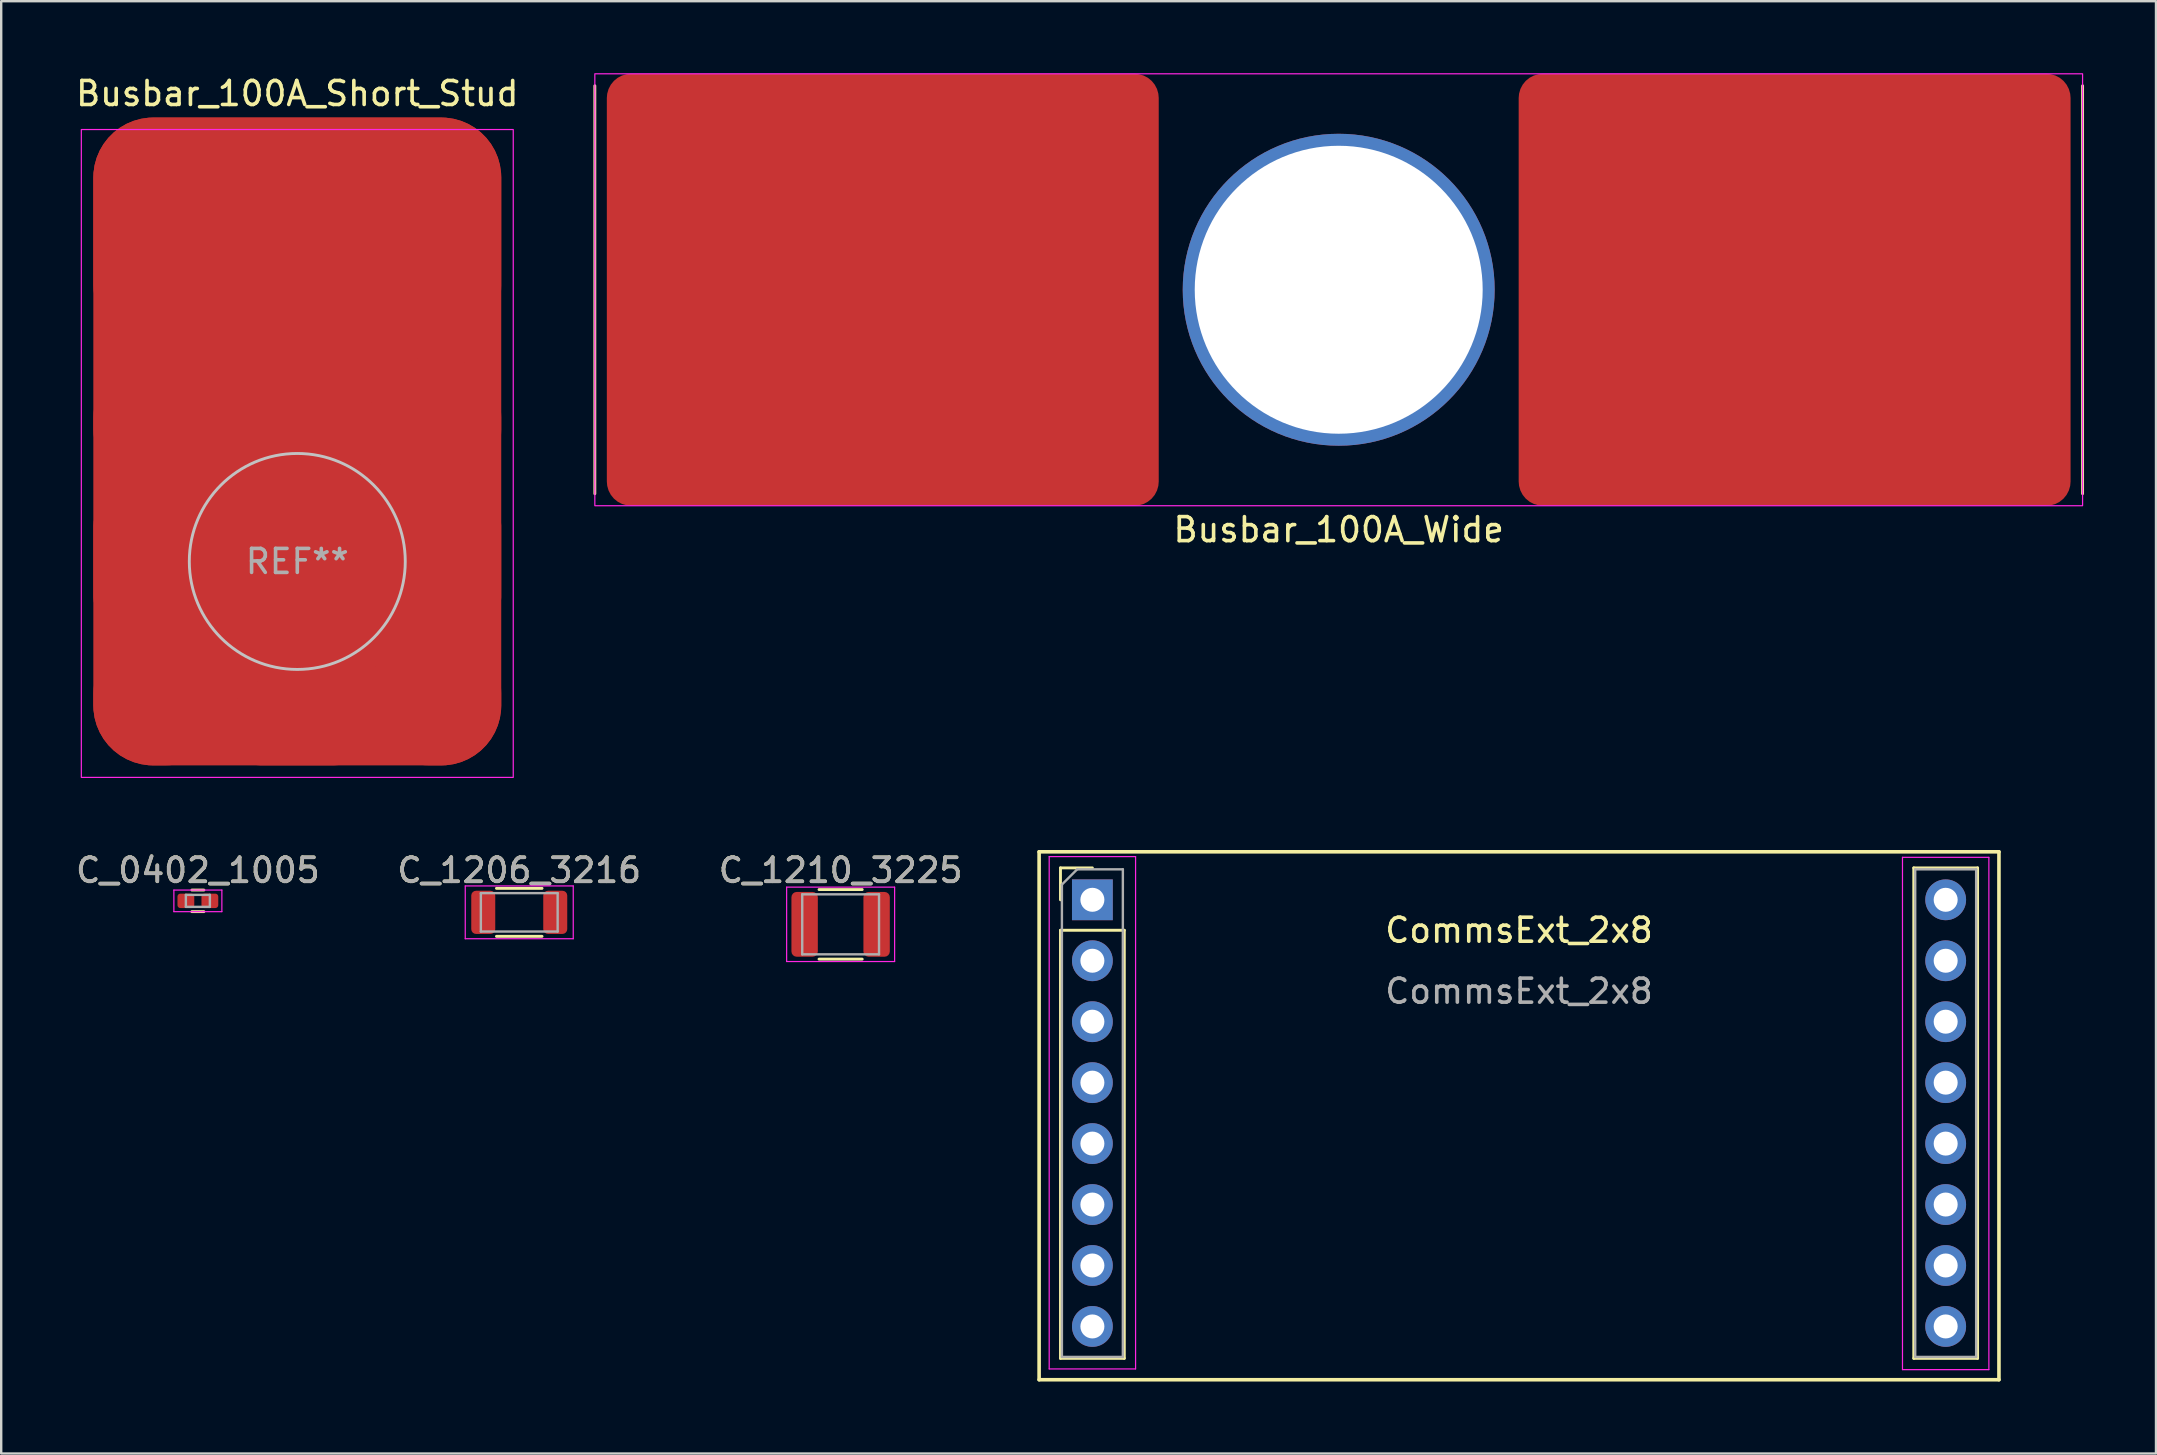
<source format=kicad_pcb>
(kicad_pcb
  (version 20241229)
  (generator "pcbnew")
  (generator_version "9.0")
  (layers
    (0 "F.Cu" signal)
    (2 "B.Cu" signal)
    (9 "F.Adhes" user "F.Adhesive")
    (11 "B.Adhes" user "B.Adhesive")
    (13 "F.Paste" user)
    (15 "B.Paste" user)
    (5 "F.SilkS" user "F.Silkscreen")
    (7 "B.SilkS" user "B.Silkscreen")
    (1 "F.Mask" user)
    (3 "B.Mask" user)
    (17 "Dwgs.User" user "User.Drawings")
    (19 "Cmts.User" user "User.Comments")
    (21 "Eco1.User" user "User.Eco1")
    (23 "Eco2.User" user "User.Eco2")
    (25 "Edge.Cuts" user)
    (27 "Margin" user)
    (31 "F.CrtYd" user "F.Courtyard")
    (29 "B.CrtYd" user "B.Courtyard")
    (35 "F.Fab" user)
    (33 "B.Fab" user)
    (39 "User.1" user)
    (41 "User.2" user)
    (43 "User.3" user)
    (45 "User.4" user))
  (footprint "Busbar_100A_Wide"
    (layer "F.Cu")
    (at 52.739 9.025)
    (property "Reference" "Busbar_100A_Wide" (at 0 10 0) (unlocked yes) (layer "F.SilkS") (effects (font (size 1 1) (thickness 0.15))))
    (fp_line (start -31 -8.5) (end -31 8.5) (stroke (width 0.12) (type solid)) (layer "F.SilkS"))
    (fp_line (start 31 -8.5) (end 31 8.5) (stroke (width 0.12) (type solid)) (layer "F.SilkS"))
    (fp_rect (start -31 -9) (end 31 9) (stroke (width 0.05) (type solid)) (fill no) (layer "F.CrtYd"))
    (fp_text user "REF**" (at 0 0 0) (unlocked yes) (layer "F.Fab") (effects (font (size 1 1) (thickness 0.15))))
    (pad "" np_thru_hole circle (at 0 0) (size 13 13) (drill 12) (layers "*.Cu" "*.Mask"))
    (pad "1" smd roundrect (at -19 0) (size 23 18) (layers "F.Cu" "F.Mask" "F.Paste") (roundrect_rratio 0.056))
    (pad "1" smd roundrect (at 19 0) (size 23 18) (layers "F.Cu" "F.Mask" "F.Paste") (roundrect_rratio 0.056)))
  (footprint "C_0402_1005"
    (layer "F.Cu")
    (at 5.196 34.492)
    (property "Reference" "C_0402_1005" (at 0 -1.27 0) (layer "F.SilkS") (effects (font (size 1 1) (thickness 0.15))))
    (attr smd)
    (fp_line (start -0.25 0.45) (end 0.25 0.45) (stroke (width 0.12) (type solid)) (layer "F.SilkS"))
    (fp_line (start 0.25 -0.45) (end -0.25 -0.45) (stroke (width 0.12) (type solid)) (layer "F.SilkS"))
    (fp_line (start -1 -0.45) (end -1 0.45) (stroke (width 0.05) (type solid)) (layer "F.CrtYd"))
    (fp_line (start -1 -0.45) (end 1 -0.45) (stroke (width 0.05) (type solid)) (layer "F.CrtYd"))
    (fp_line (start 1 0.45) (end -1 0.45) (stroke (width 0.05) (type solid)) (layer "F.CrtYd"))
    (fp_line (start 1 0.45) (end 1 -0.45) (stroke (width 0.05) (type solid)) (layer "F.CrtYd"))
    (fp_line (start -0.5 -0.25) (end 0.5 -0.25) (stroke (width 0.1) (type solid)) (layer "F.Fab"))
    (fp_line (start -0.5 0.25) (end -0.5 -0.25) (stroke (width 0.1) (type solid)) (layer "F.Fab"))
    (fp_line (start 0.5 -0.25) (end 0.5 0.25) (stroke (width 0.1) (type solid)) (layer "F.Fab"))
    (fp_line (start 0.5 0.25) (end -0.5 0.25) (stroke (width 0.1) (type solid)) (layer "F.Fab"))
    (fp_text user "${REFERENCE}" (at 0 -1.27 0) (layer "F.Fab") (effects (font (size 1 1) (thickness 0.15))))
    (pad "1" smd roundrect (at -0.5 0) (size 0.7 0.6) (layers "F.Cu" "F.Mask" "F.Paste") (roundrect_rratio 0.2))
    (pad "2" smd roundrect (at 0.5 0) (size 0.7 0.6) (layers "F.Cu" "F.Mask" "F.Paste") (roundrect_rratio 0.2)))
  (footprint "CommsExt_2x8"
    (layer "F.Cu")
    (at 60.254 34.448)
    (property "Reference" "CommsExt_2x8" (at 0 1.27 0) (layer "F.SilkS") (effects (font (size 1 1) (thickness 0.15))))
    (attr through_hole)
    (fp_line (start -20 -2) (end -20 20) (stroke (width 0.15) (type solid)) (layer "F.SilkS"))
    (fp_line (start -20 20) (end 20 20) (stroke (width 0.15) (type solid)) (layer "F.SilkS"))
    (fp_line (start -19.11 -1.33) (end -17.78 -1.33) (stroke (width 0.12) (type solid)) (layer "F.SilkS"))
    (fp_line (start -19.11 0) (end -19.11 -1.33) (stroke (width 0.12) (type solid)) (layer "F.SilkS"))
    (fp_line (start -19.11 1.27) (end -19.11 19.11) (stroke (width 0.12) (type solid)) (layer "F.SilkS"))
    (fp_line (start -19.11 1.27) (end -16.45 1.27) (stroke (width 0.12) (type solid)) (layer "F.SilkS"))
    (fp_line (start -19.11 19.11) (end -16.45 19.11) (stroke (width 0.12) (type solid)) (layer "F.SilkS"))
    (fp_line (start -16.45 1.27) (end -16.45 19.11) (stroke (width 0.12) (type solid)) (layer "F.SilkS"))
    (fp_line (start 16.45 19.11) (end 16.45 -1.33) (stroke (width 0.12) (type solid)) (layer "F.SilkS"))
    (fp_line (start 19.11 -1.33) (end 16.45 -1.33) (stroke (width 0.12) (type solid)) (layer "F.SilkS"))
    (fp_line (start 19.11 19.11) (end 16.45 19.11) (stroke (width 0.12) (type solid)) (layer "F.SilkS"))
    (fp_line (start 19.11 19.11) (end 19.11 -1.33) (stroke (width 0.12) (type solid)) (layer "F.SilkS"))
    (fp_line (start 20 -2) (end -20 -2) (stroke (width 0.15) (type solid)) (layer "F.SilkS"))
    (fp_line (start 20 20) (end 20 -2) (stroke (width 0.15) (type solid)) (layer "F.SilkS"))
    (fp_line (start -19.58 -1.8) (end -19.58 19.55) (stroke (width 0.05) (type solid)) (layer "F.CrtYd"))
    (fp_line (start -19.58 19.55) (end -15.98 19.55) (stroke (width 0.05) (type solid)) (layer "F.CrtYd"))
    (fp_line (start -15.98 -1.8) (end -19.58 -1.8) (stroke (width 0.05) (type solid)) (layer "F.CrtYd"))
    (fp_line (start -15.98 19.55) (end -15.98 -1.8) (stroke (width 0.05) (type solid)) (layer "F.CrtYd"))
    (fp_line (start 15.98 -1.77) (end 15.98 19.58) (stroke (width 0.05) (type solid)) (layer "F.CrtYd"))
    (fp_line (start 15.98 19.58) (end 19.58 19.58) (stroke (width 0.05) (type solid)) (layer "F.CrtYd"))
    (fp_line (start 19.58 -1.77) (end 15.98 -1.77) (stroke (width 0.05) (type solid)) (layer "F.CrtYd"))
    (fp_line (start 19.58 19.58) (end 19.58 -1.77) (stroke (width 0.05) (type solid)) (layer "F.CrtYd"))
    (fp_line (start -19.05 -0.635) (end -18.415 -1.27) (stroke (width 0.1) (type solid)) (layer "F.Fab"))
    (fp_line (start -19.05 19.05) (end -19.05 -0.635) (stroke (width 0.1) (type solid)) (layer "F.Fab"))
    (fp_line (start -18.415 -1.27) (end -16.51 -1.27) (stroke (width 0.1) (type solid)) (layer "F.Fab"))
    (fp_line (start -16.51 -1.27) (end -16.51 19.05) (stroke (width 0.1) (type solid)) (layer "F.Fab"))
    (fp_line (start -16.51 19.05) (end -19.05 19.05) (stroke (width 0.1) (type solid)) (layer "F.Fab"))
    (fp_line (start 16.51 -1.27) (end 19.05 -1.27) (stroke (width 0.1) (type solid)) (layer "F.Fab"))
    (fp_line (start 16.51 19.05) (end 16.51 -1.27) (stroke (width 0.1) (type solid)) (layer "F.Fab"))
    (fp_line (start 19.05 -1.27) (end 19.05 19.05) (stroke (width 0.1) (type solid)) (layer "F.Fab"))
    (fp_line (start 19.05 19.05) (end 16.51 19.05) (stroke (width 0.1) (type solid)) (layer "F.Fab"))
    (fp_text user "${REFERENCE}" (at 0 3.81 180) (layer "F.Fab") (effects (font (size 1 1) (thickness 0.15))))
    (pad "1" thru_hole rect (at -17.78 0) (size 1.7 1.7) (drill 1) (layers "*.Cu" "*.Mask"))
    (pad "2" thru_hole oval (at -17.78 2.54) (size 1.7 1.7) (drill 1) (layers "*.Cu" "*.Mask"))
    (pad "3" thru_hole oval (at -17.78 5.08) (size 1.7 1.7) (drill 1) (layers "*.Cu" "*.Mask"))
    (pad "4" thru_hole oval (at -17.78 7.62) (size 1.7 1.7) (drill 1) (layers "*.Cu" "*.Mask"))
    (pad "5" thru_hole oval (at -17.78 10.16) (size 1.7 1.7) (drill 1) (layers "*.Cu" "*.Mask"))
    (pad "6" thru_hole oval (at -17.78 12.7) (size 1.7 1.7) (drill 1) (layers "*.Cu" "*.Mask"))
    (pad "7" thru_hole oval (at -17.78 15.24) (size 1.7 1.7) (drill 1) (layers "*.Cu" "*.Mask"))
    (pad "8" thru_hole oval (at -17.78 17.78) (size 1.7 1.7) (drill 1) (layers "*.Cu" "*.Mask"))
    (pad "9" thru_hole circle (at 17.78 17.78 180) (size 1.7 1.7) (drill 1) (layers "*.Cu" "*.Mask"))
    (pad "10" thru_hole oval (at 17.78 15.24 180) (size 1.7 1.7) (drill 1) (layers "*.Cu" "*.Mask"))
    (pad "11" thru_hole oval (at 17.78 12.7 180) (size 1.7 1.7) (drill 1) (layers "*.Cu" "*.Mask"))
    (pad "12" thru_hole oval (at 17.78 10.16 180) (size 1.7 1.7) (drill 1) (layers "*.Cu" "*.Mask"))
    (pad "13" thru_hole oval (at 17.78 7.62 180) (size 1.7 1.7) (drill 1) (layers "*.Cu" "*.Mask"))
    (pad "14" thru_hole oval (at 17.78 5.08 180) (size 1.7 1.7) (drill 1) (layers "*.Cu" "*.Mask"))
    (pad "15" thru_hole oval (at 17.78 2.54 180) (size 1.7 1.7) (drill 1) (layers "*.Cu" "*.Mask"))
    (pad "16" thru_hole oval (at 17.78 0 180) (size 1.7 1.7) (drill 1) (layers "*.Cu" "*.Mask")))
  (footprint "C_1206_3216"
    (layer "F.Cu")
    (at 18.589 34.971)
    (property "Reference" "C_1206_3216" (at 0 -1.75 0) (layer "F.SilkS") (effects (font (size 1 1) (thickness 0.15))))
    (attr smd)
    (fp_line (start -0.95 1) (end 0.95 1) (stroke (width 0.12) (type solid)) (layer "F.SilkS"))
    (fp_line (start 0.95 -1) (end -0.95 -1) (stroke (width 0.12) (type solid)) (layer "F.SilkS"))
    (fp_line (start -2.25 -1.1) (end -2.25 1.1) (stroke (width 0.05) (type solid)) (layer "F.CrtYd"))
    (fp_line (start -2.25 -1.1) (end 2.25 -1.1) (stroke (width 0.05) (type solid)) (layer "F.CrtYd"))
    (fp_line (start 2.25 1.1) (end -2.25 1.1) (stroke (width 0.05) (type solid)) (layer "F.CrtYd"))
    (fp_line (start 2.25 1.1) (end 2.25 -1.1) (stroke (width 0.05) (type solid)) (layer "F.CrtYd"))
    (fp_line (start -1.6 -0.8) (end 1.6 -0.8) (stroke (width 0.1) (type solid)) (layer "F.Fab"))
    (fp_line (start -1.6 0.8) (end -1.6 -0.8) (stroke (width 0.1) (type solid)) (layer "F.Fab"))
    (fp_line (start 1.6 -0.8) (end 1.6 0.8) (stroke (width 0.1) (type solid)) (layer "F.Fab"))
    (fp_line (start 1.6 0.8) (end -1.6 0.8) (stroke (width 0.1) (type solid)) (layer "F.Fab"))
    (fp_text user "${REFERENCE}" (at 0 -1.75 0) (layer "F.Fab") (effects (font (size 1 1) (thickness 0.15))))
    (pad "1" smd roundrect (at -1.5 0) (size 1 1.8) (layers "F.Cu" "F.Mask" "F.Paste") (roundrect_rratio 0.2))
    (pad "2" smd roundrect (at 1.5 0) (size 1 1.8) (layers "F.Cu" "F.Mask" "F.Paste") (roundrect_rratio 0.2)))
  (footprint "Busbar_100A_Short_Stud"
    (layer "F.Cu")
    (at 9.339 20.348)
    (property "Reference" "Busbar_100A_Short_Stud" (at 0 -19.5 0) (unlocked yes) (layer "F.SilkS") (effects (font (size 1 1) (thickness 0.15))))
    (fp_circle (center 0 0) (end 4.5 0) (stroke (width 0.12) (type solid)) (fill no) (layer "Dwgs.User"))
    (fp_rect (start -9 9) (end 9 -18) (stroke (width 0.05) (type solid)) (fill no) (layer "F.CrtYd"))
    (fp_text user "REF**" (at 0 0 0) (unlocked yes) (layer "F.Fab") (effects (font (size 1 1) (thickness 0.15))))
    (pad "1" smd roundrect (at -6.75 0 90) (size 5 3.5) (layers "F.Cu" "F.Paste") (roundrect_rratio 0.286))
    (pad "1" smd roundrect (at -5.75 -5.75 90) (size 5.5 5.5) (layers "F.Cu" "F.Paste") (roundrect_rratio 0.455))
    (pad "1" smd roundrect (at -5.75 5.75 90) (size 5.5 5.5) (layers "F.Cu" "F.Paste") (roundrect_rratio 0.455))
    (pad "1" smd roundrect (at 0 -13.75 90) (size 9.5 17) (layers "F.Cu" "F.Paste") (roundrect_rratio 0.263))
    (pad "1" smd roundrect (at 0 -6.75 90) (size 3.5 5) (layers "F.Cu" "F.Paste") (roundrect_rratio 0.286))
    (pad "1" smd roundrect (at 0 -5 90) (size 27 17) (layers "F.Cu" "F.Mask") (roundrect_rratio 0.147))
    (pad "1" smd roundrect (at 0 6.75 90) (size 3.5 5.062) (layers "F.Cu" "F.Paste") (roundrect_rratio 0.286))
    (pad "1" smd roundrect (at 5.75 -5.75 90) (size 5.5 5.5) (layers "F.Cu" "F.Paste") (roundrect_rratio 0.455))
    (pad "1" smd roundrect (at 5.75 5.75 90) (size 5.5 5.5) (layers "F.Cu" "F.Paste") (roundrect_rratio 0.455))
    (pad "1" smd roundrect (at 6.75 0 90) (size 5 3.5) (layers "F.Cu" "F.Paste") (roundrect_rratio 0.286)))
  (footprint "C_1210_3225"
    (layer "F.Cu")
    (at 31.982 35.471)
    (property "Reference" "C_1210_3225" (at 0 -2.25 0) (layer "F.SilkS") (effects (font (size 1 1) (thickness 0.15))))
    (attr smd)
    (fp_line (start -0.9 1.45) (end 0.9 1.45) (stroke (width 0.12) (type solid)) (layer "F.SilkS"))
    (fp_line (start 0.9 -1.45) (end -0.9 -1.45) (stroke (width 0.12) (type solid)) (layer "F.SilkS"))
    (fp_line (start -2.25 -1.55) (end -2.25 1.55) (stroke (width 0.05) (type solid)) (layer "F.CrtYd"))
    (fp_line (start -2.25 -1.55) (end 2.25 -1.55) (stroke (width 0.05) (type solid)) (layer "F.CrtYd"))
    (fp_line (start 2.25 1.55) (end -2.25 1.55) (stroke (width 0.05) (type solid)) (layer "F.CrtYd"))
    (fp_line (start 2.25 1.55) (end 2.25 -1.55) (stroke (width 0.05) (type solid)) (layer "F.CrtYd"))
    (fp_line (start -1.6 -1.25) (end 1.6 -1.25) (stroke (width 0.1) (type solid)) (layer "F.Fab"))
    (fp_line (start -1.6 1.25) (end -1.6 -1.25) (stroke (width 0.1) (type solid)) (layer "F.Fab"))
    (fp_line (start 1.6 -1.25) (end 1.6 1.25) (stroke (width 0.1) (type solid)) (layer "F.Fab"))
    (fp_line (start 1.6 1.25) (end -1.6 1.25) (stroke (width 0.1) (type solid)) (layer "F.Fab"))
    (fp_text user "${REFERENCE}" (at 0 -2.25 0) (layer "F.Fab") (effects (font (size 1 1) (thickness 0.15))))
    (pad "1" smd roundrect (at -1.5 0) (size 1.1 2.7) (layers "F.Cu" "F.Mask" "F.Paste") (roundrect_rratio 0.2))
    (pad "2" smd roundrect (at 1.5 0) (size 1.1 2.7) (layers "F.Cu" "F.Mask" "F.Paste") (roundrect_rratio 0.2)))
  (gr_rect
    (start -3 -3)
    (end 86.799 57.523)
    (stroke (width 0.1) (type default))
    (fill no)
    (layer "Edge.Cuts")))
</source>
